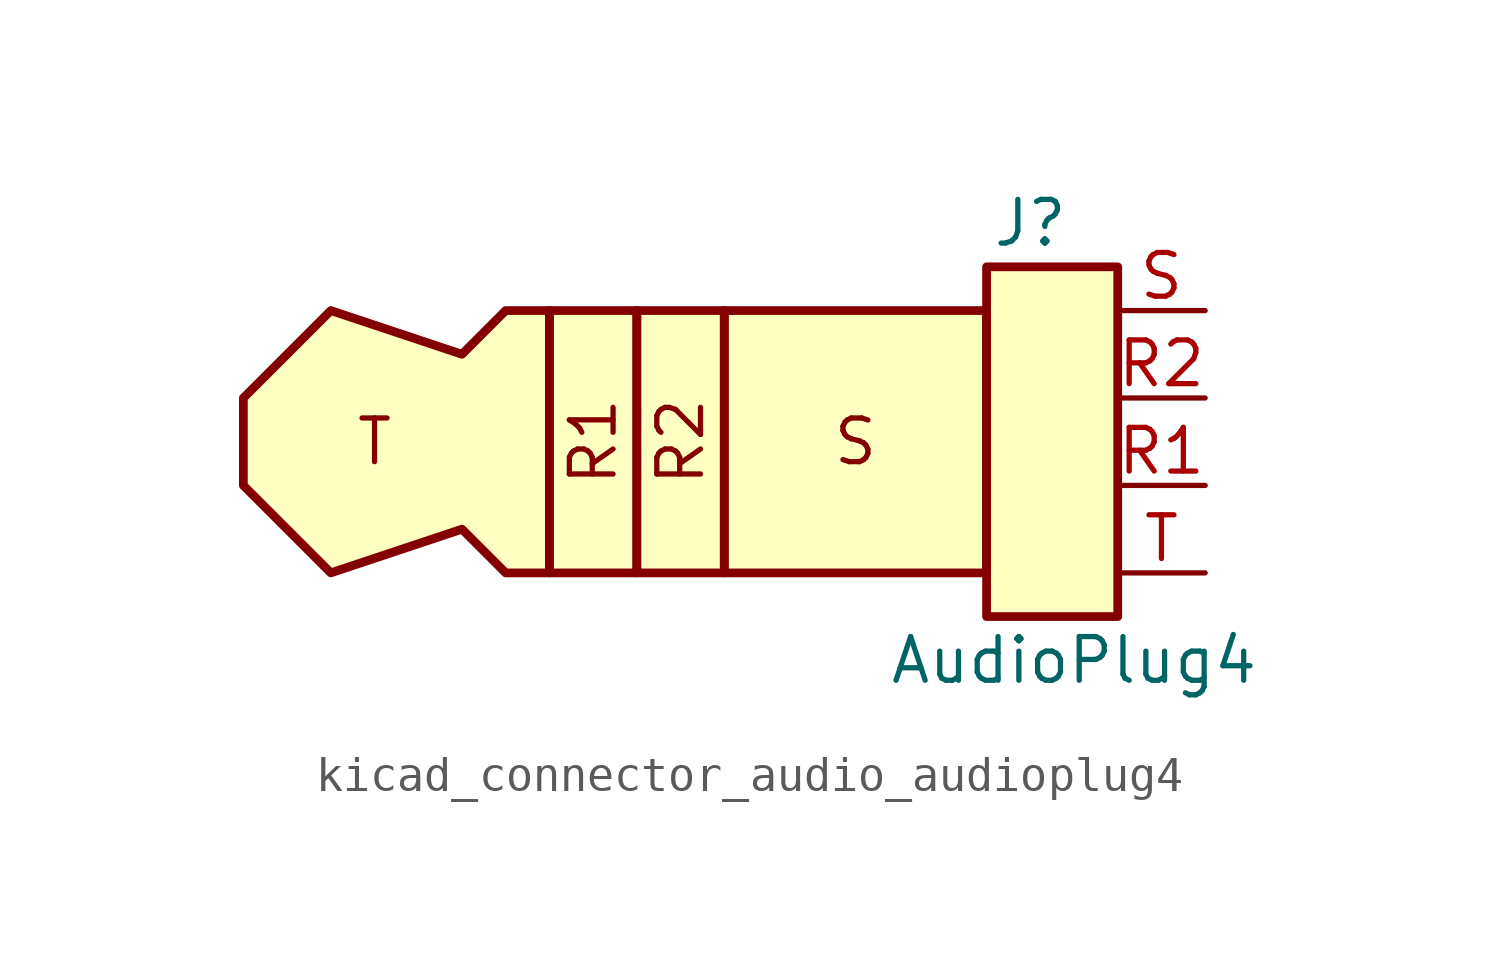
<source format=kicad_sym>
(kicad_symbol_lib
  (version 20220914)
  (generator kicad_symbol_editor)
  (symbol "kicad_connector_audio_audioplug4"
    (property "Reference" "J"
      (at 10.16 5.08 0)
      (effects (font (size 1.27 1.27))))
    (property "Value" "AudioPlug4"
      (at 11.43 -7.62 0)
      (effects (font (size 1.27 1.27))))
    (symbol "kicad_connector_audio_audioplug4_0_0"
      (text "R1" (at -2.54 -1.27 900) (effects (font (size 1.27 1.27))))
      (text "R2" (at 0 -1.27 900) (effects (font (size 1.27 1.27))))
      (text "S" (at 5.08 -1.27 0) (effects (font (size 1.27 1.27))))
      (text "T" (at -8.89 -1.27 0) (effects (font (size 1.27 1.27)))))
    (symbol "kicad_connector_audio_audioplug4_0_1"
      (rectangle (start -1.27 2.54) (end -3.81 -5.08) (stroke (width 0.254) (type default)) (fill (type background)))
      (polyline (pts (xy -3.81 2.54) (xy -5.08 2.54) (xy -6.35 1.27) (xy -10.16 2.54) (xy -12.7 0) (xy -12.7 -2.54) (xy -10.16 -5.08) (xy -6.35 -3.81) (xy -5.08 -5.08) (xy -3.81 -5.08) (xy -3.81 2.54)) (stroke (width 0.254) (type default)) (fill (type background)))
      (rectangle (start 1.27 2.54) (end -1.27 -5.08) (stroke (width 0.254) (type default)) (fill (type background)))
      (rectangle (start 1.27 2.54) (end 8.89 -5.08) (stroke (width 0.254) (type default)) (fill (type background)))
      (rectangle (start 12.7 3.81) (end 8.89 -6.35) (stroke (width 0.254) (type default)) (fill (type background))))
    (symbol "kicad_connector_audio_audioplug4_1_1"
      (pin passive line (at 15.24 -2.54 180) (length 2.54) (name "~" (effects (font (size 1.27 1.27)))) (number "R1" (effects (font (size 1.27 1.27)))))
      (pin passive line (at 15.24 0 180) (length 2.54) (name "~" (effects (font (size 1.27 1.27)))) (number "R2" (effects (font (size 1.27 1.27)))))
      (pin passive line (at 15.24 2.54 180) (length 2.54) (name "~" (effects (font (size 1.27 1.27)))) (number "S" (effects (font (size 1.27 1.27)))))
      (pin passive line (at 15.24 -5.08 180) (length 2.54) (name "~" (effects (font (size 1.27 1.27)))) (number "T" (effects (font (size 1.27 1.27))))))))
</source>
